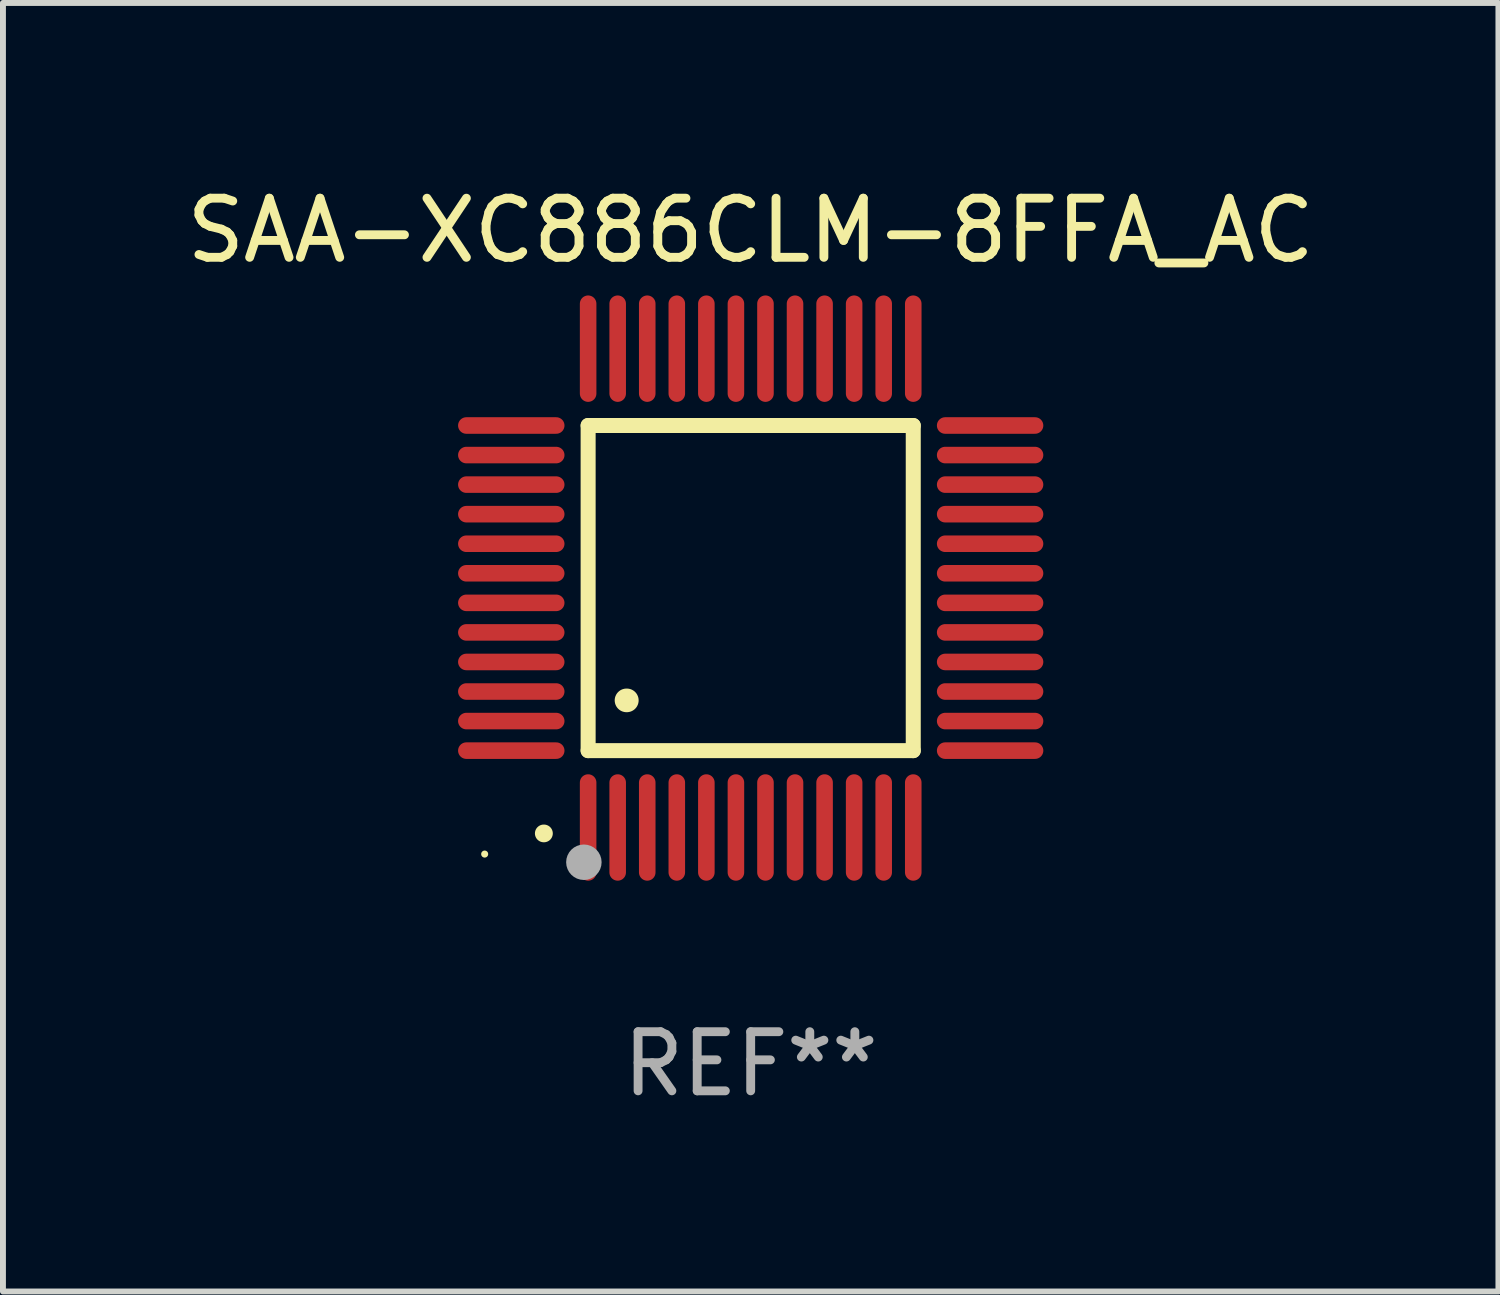
<source format=kicad_pcb>
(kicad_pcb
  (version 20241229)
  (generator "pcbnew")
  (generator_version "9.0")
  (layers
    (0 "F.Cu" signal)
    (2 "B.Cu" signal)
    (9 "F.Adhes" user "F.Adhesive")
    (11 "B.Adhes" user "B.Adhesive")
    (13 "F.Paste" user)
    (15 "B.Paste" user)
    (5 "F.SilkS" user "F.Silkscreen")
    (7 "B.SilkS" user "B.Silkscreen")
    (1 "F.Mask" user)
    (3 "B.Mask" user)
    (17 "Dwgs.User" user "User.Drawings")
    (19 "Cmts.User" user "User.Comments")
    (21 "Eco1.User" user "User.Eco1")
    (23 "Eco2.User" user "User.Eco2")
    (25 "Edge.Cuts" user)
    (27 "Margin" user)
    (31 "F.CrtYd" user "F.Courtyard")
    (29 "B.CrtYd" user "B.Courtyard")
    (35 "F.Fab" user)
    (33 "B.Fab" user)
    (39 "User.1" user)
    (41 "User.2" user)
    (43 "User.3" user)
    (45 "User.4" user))
  (footprint "SAA-XC886CLM-8FFA_AC"
    (layer "F.Cu")
    (at 9.649 6.898)
    (property "Reference" "SAA-XC886CLM-8FFA_AC" (at 0 -6.05 0) (layer "F.SilkS") (effects (font (size 1 1) (thickness 0.15))))
    (attr through_hole)
    (fp_line (start -2.75 -2.75) (end 2.75 -2.75) (stroke (width 0.254) (type solid)) (layer "F.SilkS"))
    (fp_line (start -2.75 2.75) (end -2.75 -2.75) (stroke (width 0.254) (type solid)) (layer "F.SilkS"))
    (fp_line (start 2.75 -2.75) (end 2.75 2.75) (stroke (width 0.254) (type solid)) (layer "F.SilkS"))
    (fp_line (start 2.75 2.75) (end -2.75 2.75) (stroke (width 0.254) (type solid)) (layer "F.SilkS"))
    (fp_arc (start -3.500127 4.150368) (mid -3.498857 4.150363) (end -3.497587 4.150368) (stroke (width 0.3) (type solid)) (layer "F.SilkS"))
    (fp_arc (start -2.100584 1.899924) (mid -2.098044 1.899908) (end -2.095504 1.899924) (stroke (width 0.4) (type solid)) (layer "F.SilkS"))
    (fp_circle (center -4.5 4.5) (end -4.47 4.5) (stroke (width 0.06) (type solid)) (fill no) (layer "F.SilkS"))
    (fp_circle (center -2.822 4.638) (end -2.672 4.638) (stroke (width 0.3) (type solid)) (fill no) (layer "F.Fab"))
    (fp_text user "REF**" (at 0 8.05 0) (layer "F.Fab") (effects (font (size 1 1) (thickness 0.15))))
    (pad "1" smd oval (at -2.75 4.05) (size 0.28 1.8) (layers "F.Cu" "F.Mask" "F.Paste"))
    (pad "2" smd oval (at -2.25 4.05) (size 0.28 1.8) (layers "F.Cu" "F.Mask" "F.Paste"))
    (pad "3" smd oval (at -1.75 4.05) (size 0.28 1.8) (layers "F.Cu" "F.Mask" "F.Paste"))
    (pad "4" smd oval (at -1.25 4.05) (size 0.28 1.8) (layers "F.Cu" "F.Mask" "F.Paste"))
    (pad "5" smd oval (at -0.75 4.05) (size 0.28 1.8) (layers "F.Cu" "F.Mask" "F.Paste"))
    (pad "6" smd oval (at -0.25 4.05) (size 0.28 1.8) (layers "F.Cu" "F.Mask" "F.Paste"))
    (pad "7" smd oval (at 0.25 4.05) (size 0.28 1.8) (layers "F.Cu" "F.Mask" "F.Paste"))
    (pad "8" smd oval (at 0.75 4.05) (size 0.28 1.8) (layers "F.Cu" "F.Mask" "F.Paste"))
    (pad "9" smd oval (at 1.25 4.05) (size 0.28 1.8) (layers "F.Cu" "F.Mask" "F.Paste"))
    (pad "10" smd oval (at 1.75 4.05) (size 0.28 1.8) (layers "F.Cu" "F.Mask" "F.Paste"))
    (pad "11" smd oval (at 2.25 4.05) (size 0.28 1.8) (layers "F.Cu" "F.Mask" "F.Paste"))
    (pad "12" smd oval (at 2.75 4.05) (size 0.28 1.8) (layers "F.Cu" "F.Mask" "F.Paste"))
    (pad "13" smd oval (at 4.05 2.75) (size 1.8 0.28) (layers "F.Cu" "F.Mask" "F.Paste"))
    (pad "14" smd oval (at 4.05 2.25) (size 1.8 0.28) (layers "F.Cu" "F.Mask" "F.Paste"))
    (pad "15" smd oval (at 4.05 1.75) (size 1.8 0.28) (layers "F.Cu" "F.Mask" "F.Paste"))
    (pad "16" smd oval (at 4.05 1.25) (size 1.8 0.28) (layers "F.Cu" "F.Mask" "F.Paste"))
    (pad "17" smd oval (at 4.05 0.75) (size 1.8 0.28) (layers "F.Cu" "F.Mask" "F.Paste"))
    (pad "18" smd oval (at 4.05 0.25) (size 1.8 0.28) (layers "F.Cu" "F.Mask" "F.Paste"))
    (pad "19" smd oval (at 4.05 -0.25) (size 1.8 0.28) (layers "F.Cu" "F.Mask" "F.Paste"))
    (pad "20" smd oval (at 4.05 -0.75) (size 1.8 0.28) (layers "F.Cu" "F.Mask" "F.Paste"))
    (pad "21" smd oval (at 4.05 -1.25) (size 1.8 0.28) (layers "F.Cu" "F.Mask" "F.Paste"))
    (pad "22" smd oval (at 4.05 -1.75) (size 1.8 0.28) (layers "F.Cu" "F.Mask" "F.Paste"))
    (pad "23" smd oval (at 4.05 -2.25) (size 1.8 0.28) (layers "F.Cu" "F.Mask" "F.Paste"))
    (pad "24" smd oval (at 4.05 -2.75) (size 1.8 0.28) (layers "F.Cu" "F.Mask" "F.Paste"))
    (pad "25" smd oval (at 2.75 -4.05) (size 0.28 1.8) (layers "F.Cu" "F.Mask" "F.Paste"))
    (pad "26" smd oval (at 2.25 -4.05) (size 0.28 1.8) (layers "F.Cu" "F.Mask" "F.Paste"))
    (pad "27" smd oval (at 1.75 -4.05) (size 0.28 1.8) (layers "F.Cu" "F.Mask" "F.Paste"))
    (pad "28" smd oval (at 1.25 -4.05) (size 0.28 1.8) (layers "F.Cu" "F.Mask" "F.Paste"))
    (pad "29" smd oval (at 0.75 -4.05) (size 0.28 1.8) (layers "F.Cu" "F.Mask" "F.Paste"))
    (pad "30" smd oval (at 0.25 -4.05) (size 0.28 1.8) (layers "F.Cu" "F.Mask" "F.Paste"))
    (pad "31" smd oval (at -0.25 -4.05) (size 0.28 1.8) (layers "F.Cu" "F.Mask" "F.Paste"))
    (pad "32" smd oval (at -0.75 -4.05) (size 0.28 1.8) (layers "F.Cu" "F.Mask" "F.Paste"))
    (pad "33" smd oval (at -1.25 -4.05) (size 0.28 1.8) (layers "F.Cu" "F.Mask" "F.Paste"))
    (pad "34" smd oval (at -1.75 -4.05) (size 0.28 1.8) (layers "F.Cu" "F.Mask" "F.Paste"))
    (pad "35" smd oval (at -2.25 -4.05) (size 0.28 1.8) (layers "F.Cu" "F.Mask" "F.Paste"))
    (pad "36" smd oval (at -2.75 -4.05) (size 0.28 1.8) (layers "F.Cu" "F.Mask" "F.Paste"))
    (pad "37" smd oval (at -4.05 -2.75) (size 1.8 0.28) (layers "F.Cu" "F.Mask" "F.Paste"))
    (pad "38" smd oval (at -4.05 -2.25) (size 1.8 0.28) (layers "F.Cu" "F.Mask" "F.Paste"))
    (pad "39" smd oval (at -4.05 -1.75) (size 1.8 0.28) (layers "F.Cu" "F.Mask" "F.Paste"))
    (pad "40" smd oval (at -4.05 -1.25) (size 1.8 0.28) (layers "F.Cu" "F.Mask" "F.Paste"))
    (pad "41" smd oval (at -4.05 -0.75) (size 1.8 0.28) (layers "F.Cu" "F.Mask" "F.Paste"))
    (pad "42" smd oval (at -4.05 -0.25) (size 1.8 0.28) (layers "F.Cu" "F.Mask" "F.Paste"))
    (pad "43" smd oval (at -4.05 0.25) (size 1.8 0.28) (layers "F.Cu" "F.Mask" "F.Paste"))
    (pad "44" smd oval (at -4.05 0.75) (size 1.8 0.28) (layers "F.Cu" "F.Mask" "F.Paste"))
    (pad "45" smd oval (at -4.05 1.25) (size 1.8 0.28) (layers "F.Cu" "F.Mask" "F.Paste"))
    (pad "46" smd oval (at -4.05 1.75) (size 1.8 0.28) (layers "F.Cu" "F.Mask" "F.Paste"))
    (pad "47" smd oval (at -4.05 2.25) (size 1.8 0.28) (layers "F.Cu" "F.Mask" "F.Paste"))
    (pad "48" smd oval (at -4.05 2.75) (size 1.8 0.28) (layers "F.Cu" "F.Mask" "F.Paste")))
  (gr_rect
    (start -3 -3)
    (end 22.298 18.797)
    (stroke (width 0.1) (type default))
    (fill no)
    (layer "Edge.Cuts")))
</source>
